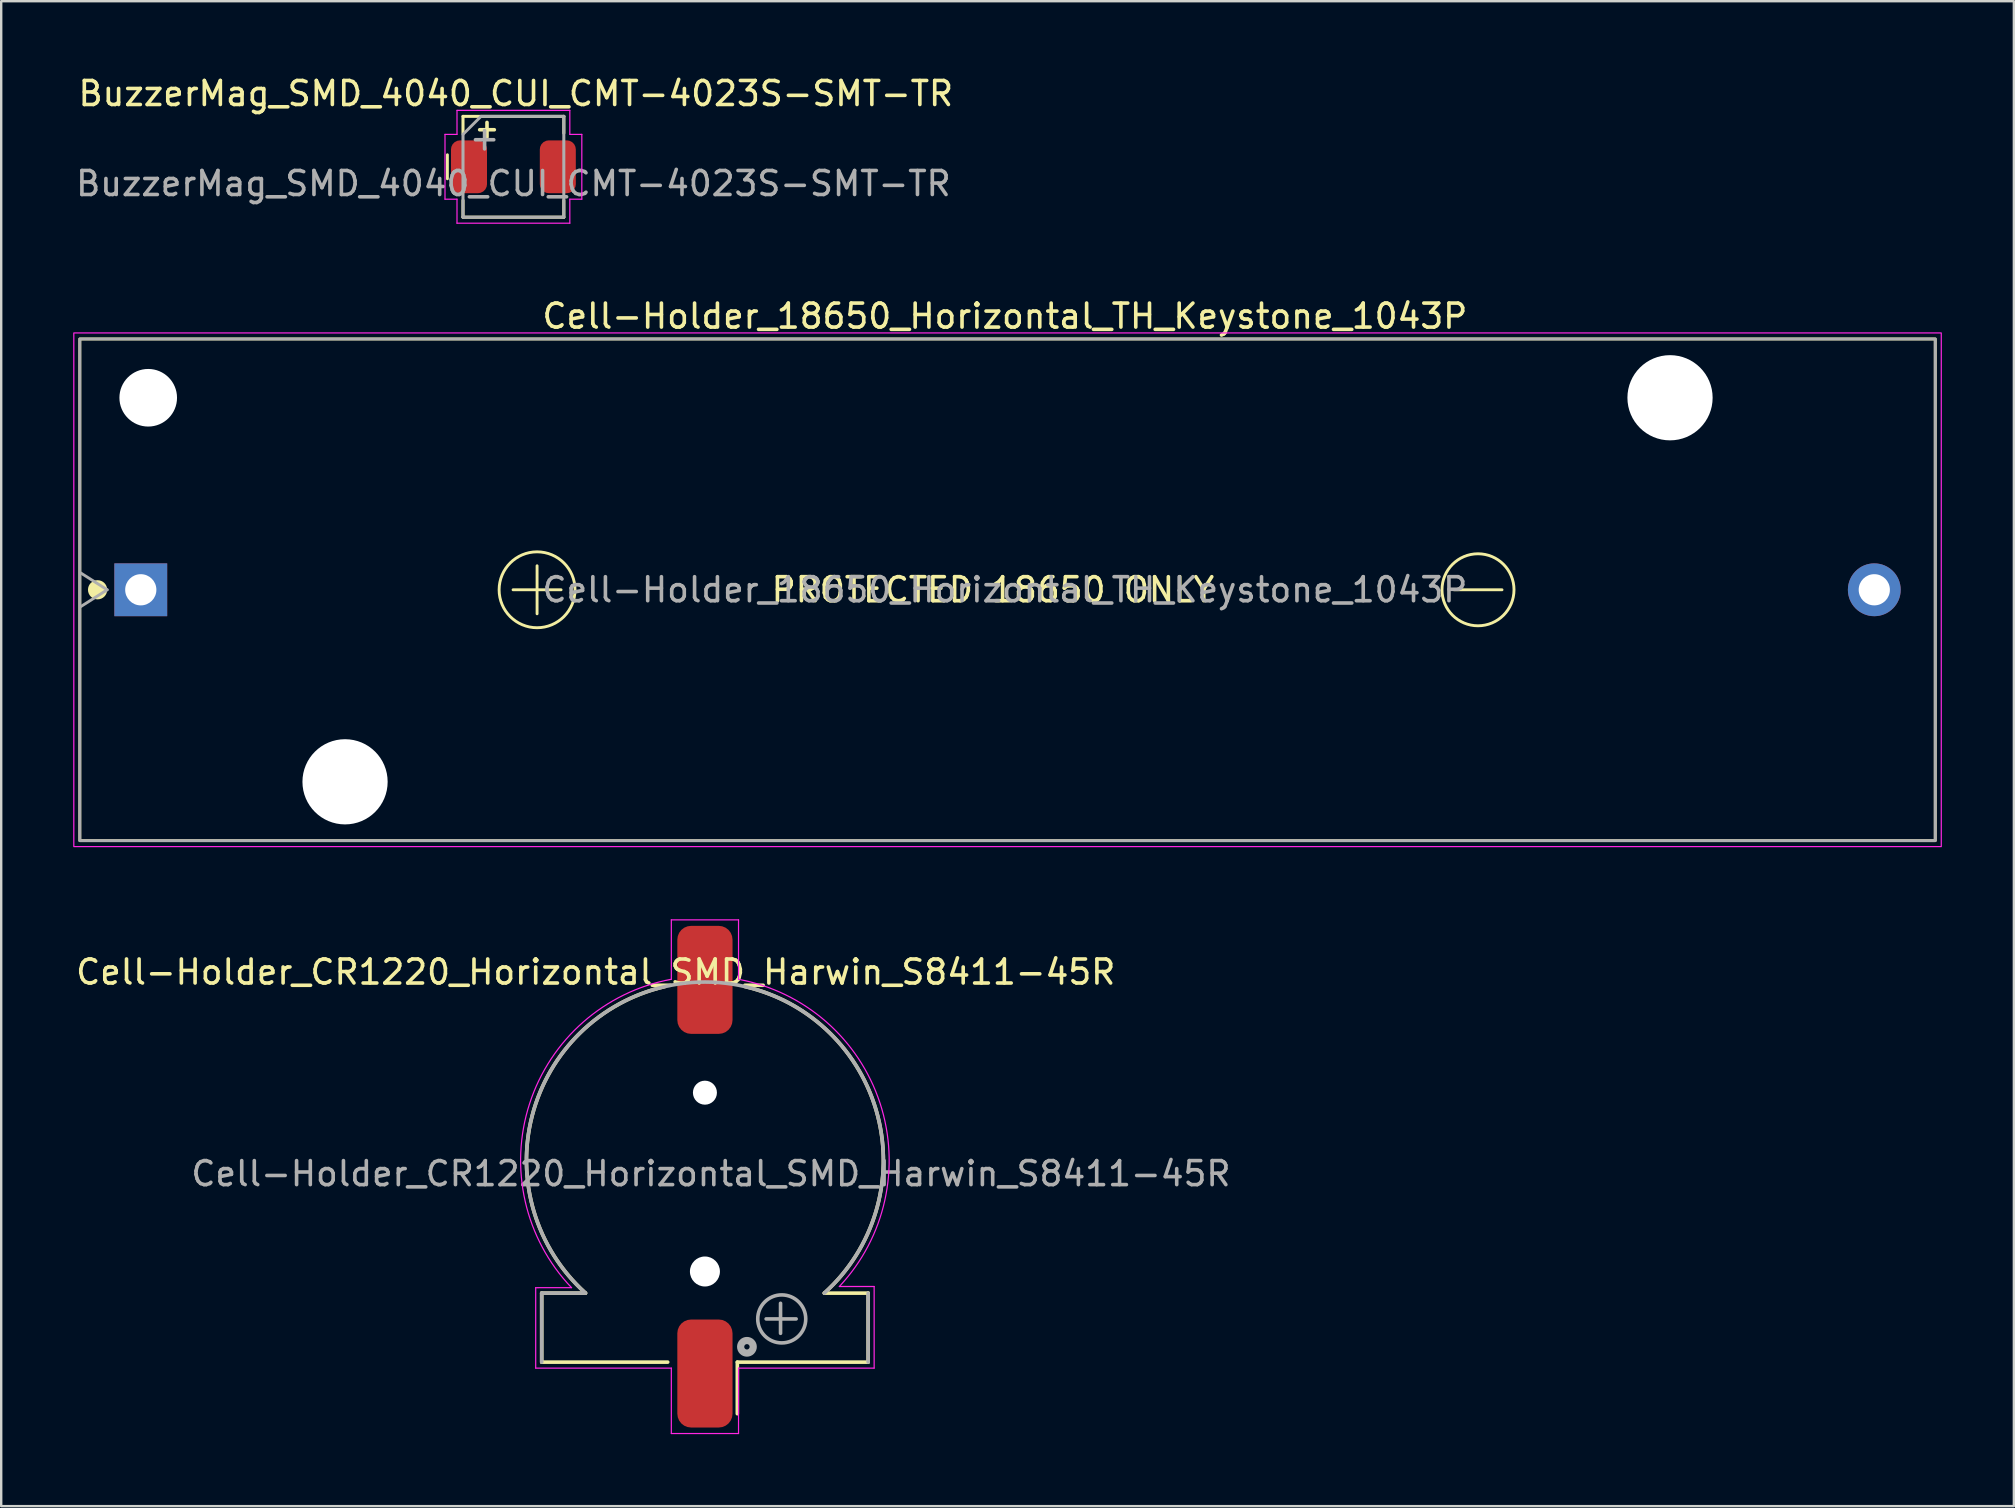
<source format=kicad_pcb>
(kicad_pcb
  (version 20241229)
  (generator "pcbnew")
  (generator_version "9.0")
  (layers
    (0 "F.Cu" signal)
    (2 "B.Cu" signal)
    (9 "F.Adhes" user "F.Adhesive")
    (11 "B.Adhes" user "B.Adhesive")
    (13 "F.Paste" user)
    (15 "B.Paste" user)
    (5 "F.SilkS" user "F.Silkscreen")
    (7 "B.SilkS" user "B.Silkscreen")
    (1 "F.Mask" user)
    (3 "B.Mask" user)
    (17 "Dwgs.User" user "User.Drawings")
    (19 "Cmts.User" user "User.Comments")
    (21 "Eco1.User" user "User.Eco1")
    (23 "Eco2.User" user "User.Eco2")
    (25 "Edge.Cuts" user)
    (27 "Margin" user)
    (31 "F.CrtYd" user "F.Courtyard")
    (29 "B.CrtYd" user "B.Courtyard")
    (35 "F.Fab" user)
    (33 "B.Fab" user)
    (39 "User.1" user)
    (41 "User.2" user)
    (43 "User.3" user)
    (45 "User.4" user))
  (footprint "BuzzerMag_SMD_4040_CUI_CMT-4023S-SMT-TR"
    (layer "F.Cu")
    (at 18.339 3.898)
    (property "Reference" "BuzzerMag_SMD_4040_CUI_CMT-4023S-SMT-TR" (at 0.1 -3.05 0) (unlocked yes) (layer "F.SilkS") (effects (font (size 1 1) (thickness 0.15))))
    (attr smd)
    (fp_line (start -2.75 0.5) (end -2.75 -0.5) (stroke (width 0.12) (type solid)) (layer "F.SilkS"))
    (fp_line (start -2.1 -2.1) (end 2.1 -2.1) (stroke (width 0.127) (type solid)) (layer "F.SilkS"))
    (fp_line (start -2.1 -1.4) (end -2.1 -2.1) (stroke (width 0.127) (type solid)) (layer "F.SilkS"))
    (fp_line (start -2.1 2.1) (end -2.1 1.4) (stroke (width 0.127) (type solid)) (layer "F.SilkS"))
    (fp_line (start 2.1 -1.4) (end 2.1 -2.1) (stroke (width 0.127) (type solid)) (layer "F.SilkS"))
    (fp_line (start 2.1 2.1) (end -2.1 2.1) (stroke (width 0.127) (type solid)) (layer "F.SilkS"))
    (fp_line (start 2.1 2.1) (end 2.1 1.4) (stroke (width 0.127) (type solid)) (layer "F.SilkS"))
    (fp_line (start -2.85 -1.35) (end -2.85 1.35) (stroke (width 0.05) (type solid)) (layer "F.CrtYd"))
    (fp_line (start -2.85 -1.35) (end -2.35 -1.35) (stroke (width 0.05) (type solid)) (layer "F.CrtYd"))
    (fp_line (start -2.85 1.35) (end -2.35 1.35) (stroke (width 0.05) (type solid)) (layer "F.CrtYd"))
    (fp_line (start -2.35 -1.35) (end -2.35 -2.35) (stroke (width 0.05) (type solid)) (layer "F.CrtYd"))
    (fp_line (start -2.35 1.35) (end -2.35 2.35) (stroke (width 0.05) (type solid)) (layer "F.CrtYd"))
    (fp_line (start -2.35 2.35) (end 2.35 2.35) (stroke (width 0.05) (type solid)) (layer "F.CrtYd"))
    (fp_line (start 2.35 -2.35) (end -2.35 -2.35) (stroke (width 0.05) (type solid)) (layer "F.CrtYd"))
    (fp_line (start 2.35 -1.35) (end 2.35 -2.35) (stroke (width 0.05) (type solid)) (layer "F.CrtYd"))
    (fp_line (start 2.35 1.35) (end 2.35 2.35) (stroke (width 0.05) (type solid)) (layer "F.CrtYd"))
    (fp_line (start 2.85 -1.35) (end 2.35 -1.35) (stroke (width 0.05) (type solid)) (layer "F.CrtYd"))
    (fp_line (start 2.85 1.35) (end 2.35 1.35) (stroke (width 0.05) (type solid)) (layer "F.CrtYd"))
    (fp_line (start 2.85 1.35) (end 2.85 -1.35) (stroke (width 0.05) (type solid)) (layer "F.CrtYd"))
    (fp_line (start -2.1 -1.35) (end -1.35 -2.1) (stroke (width 0.12) (type solid)) (layer "F.Fab"))
    (fp_line (start -2.1 2.1) (end -2.1 -1.35) (stroke (width 0.127) (type solid)) (layer "F.Fab"))
    (fp_line (start -1.35 -2.1) (end 2.1 -2.1) (stroke (width 0.127) (type solid)) (layer "F.Fab"))
    (fp_line (start 2.1 -2.1) (end 2.1 2.1) (stroke (width 0.127) (type solid)) (layer "F.Fab"))
    (fp_line (start 2.1 2.1) (end -2.1 2.1) (stroke (width 0.127) (type solid)) (layer "F.Fab"))
    (fp_text user "+" (at -1.1 -1.6 180) (layer "F.SilkS") (effects (font (size 0.8 0.8) (thickness 0.15))))
    (fp_text user "${REFERENCE}" (at 0 0.7 0) (layer "F.Fab") (effects (font (size 1 1) (thickness 0.15))))
    (fp_text user "+" (at -1.2 -1.2 180) (layer "F.Fab") (effects (font (size 1 1) (thickness 0.15))))
    (pad "1" smd roundrect (at -1.85 0 180) (size 1.5 2.2) (layers "F.Cu" "F.Mask" "F.Paste") (roundrect_rratio 0.25))
    (pad "2" smd roundrect (at 1.85 0 180) (size 1.5 2.2) (layers "F.Cu" "F.Mask" "F.Paste") (roundrect_rratio 0.25)))
  (footprint "Cell-Holder_CR1220_Horizontal_SMD_Harwin_S8411-45R"
    (layer "F.Cu")
    (at 26.318 46.197)
    (property "Reference" "Cell-Holder_CR1220_Horizontal_SMD_Harwin_S8411-45R" (at -4.55 -8.75 0) (unlocked yes) (layer "F.SilkS") (effects (font (size 1 1) (thickness 0.15))))
    (attr smd)
    (fp_line (start -6.8 4.625) (end -4.975 4.625) (stroke (width 0.15) (type solid)) (layer "F.SilkS"))
    (fp_line (start -6.8 7.5) (end -6.8 4.625) (stroke (width 0.15) (type solid)) (layer "F.SilkS"))
    (fp_line (start -6.8 7.5) (end -1.55 7.5) (stroke (width 0.15) (type solid)) (layer "F.SilkS"))
    (fp_line (start 1.35 7.5) (end 1.35 9.65) (stroke (width 0.15) (type solid)) (layer "F.SilkS"))
    (fp_line (start 6.8 4.625) (end 4.975 4.625) (stroke (width 0.15) (type solid)) (layer "F.SilkS"))
    (fp_line (start 6.8 4.625) (end 6.8 7.5) (stroke (width 0.15) (type solid)) (layer "F.SilkS"))
    (fp_line (start 6.8 7.5) (end 1.35 7.5) (stroke (width 0.15) (type solid)) (layer "F.SilkS"))
    (fp_arc (start -4.975 4.625) (mid -7.197934 -2.761718) (end -1.672272 -8.144291) (stroke (width 0.15) (type solid)) (layer "F.SilkS"))
    (fp_arc (start 1.672272 -8.144291) (mid 7.197934 -2.761718) (end 4.975 4.625) (stroke (width 0.15) (type solid)) (layer "F.SilkS"))
    (fp_line (start -7.05 7.75) (end -7.05 4.4) (stroke (width 0.05) (type solid)) (layer "F.CrtYd"))
    (fp_line (start -5.554 4.398) (end -7.05 4.4) (stroke (width 0.05) (type solid)) (layer "F.CrtYd"))
    (fp_line (start -1.4 -10.925) (end 1.4 -10.925) (stroke (width 0.05) (type solid)) (layer "F.CrtYd"))
    (fp_line (start -1.4 7.75) (end -7.05 7.75) (stroke (width 0.05) (type solid)) (layer "F.CrtYd"))
    (fp_line (start -1.4 10.475) (end -1.4 7.75) (stroke (width 0.05) (type solid)) (layer "F.CrtYd"))
    (fp_line (start -1.4 -8.45) (end -1.4 -10.925) (stroke (width 0.05) (type solid)) (layer "F.CrtYd"))
    (fp_line (start 1.4 -10.925) (end 1.4 -8.447) (stroke (width 0.05) (type solid)) (layer "F.CrtYd"))
    (fp_line (start 1.4 7.75) (end 1.4 10.475) (stroke (width 0.05) (type solid)) (layer "F.CrtYd"))
    (fp_line (start 1.4 10.475) (end -1.4 10.475) (stroke (width 0.05) (type solid)) (layer "F.CrtYd"))
    (fp_line (start 5.6 4.35) (end 7.05 4.35) (stroke (width 0.05) (type solid)) (layer "F.CrtYd"))
    (fp_line (start 7.05 4.35) (end 7.05 7.75) (stroke (width 0.05) (type solid)) (layer "F.CrtYd"))
    (fp_line (start 7.05 7.75) (end 1.4 7.75) (stroke (width 0.05) (type solid)) (layer "F.CrtYd"))
    (fp_arc (start -5.560233 4.395875) (mid -7.305158 -3.265831) (end -1.399999 -8.449999) (stroke (width 0.05) (type solid)) (layer "F.CrtYd"))
    (fp_arc (start 1.399525 -8.447437) (mid 7.293279 -3.293857) (end 5.599999 4.349999) (stroke (width 0.05) (type solid)) (layer "F.CrtYd"))
    (fp_line (start -6.8 4.625) (end -4.975 4.625) (stroke (width 0.15) (type solid)) (layer "F.Fab"))
    (fp_line (start -6.8 7.5) (end -6.8 4.625) (stroke (width 0.15) (type solid)) (layer "F.Fab"))
    (fp_line (start 2.55 5.7) (end 3.8 5.7) (stroke (width 0.15) (type solid)) (layer "F.Fab"))
    (fp_line (start 3.15 6.3) (end 3.15 5.05) (stroke (width 0.15) (type solid)) (layer "F.Fab"))
    (fp_line (start 6.8 4.625) (end 6.8 7.5) (stroke (width 0.15) (type solid)) (layer "F.Fab"))
    (fp_arc (start -4.98434 4.616575) (mid 0.006289 -8.334797) (end 4.975 4.625) (stroke (width 0.15) (type solid)) (layer "F.Fab"))
    (fp_circle (center 1.75 6.862) (end 1.862 6.862) (stroke (width 0.3) (type solid)) (fill no) (layer "F.Fab"))
    (fp_circle (center 3.2 5.7) (end 4.2 5.7) (stroke (width 0.15) (type solid)) (fill no) (layer "F.Fab"))
    (fp_text user "${REFERENCE}" (at 0.25 -0.35 0) (layer "F.Fab") (effects (font (size 1 1) (thickness 0.15))))
    (pad "" np_thru_hole circle (at 0 -3.725) (size 1 1) (drill 1) (layers "*.Cu" "*.Mask"))
    (pad "" np_thru_hole circle (at 0 3.725) (size 1.25 1.25) (drill 1.25) (layers "*.Cu" "*.Mask"))
    (pad "1" smd roundrect (at 0 7.975) (size 2.3 4.5) (layers "F.Cu" "F.Mask" "F.Paste") (roundrect_rratio 0.25))
    (pad "2" smd roundrect (at 0 -8.425) (size 2.3 4.5) (layers "F.Cu" "F.Mask" "F.Paste") (roundrect_rratio 0.25)))
  (footprint "Cell-Holder_18650_Horizontal_TH_Keystone_1043P"
    (layer "F.Cu")
    (at 2.815 21.521)
    (property "Reference" "Cell-Holder_18650_Horizontal_TH_Keystone_1043P" (at 36 -11.4 0) (unlocked yes) (layer "F.SilkS") (effects (font (size 1 1) (thickness 0.15))))
    (attr through_hole)
    (fp_line (start 15.51 0) (end 17.51 0) (stroke (width 0.12) (type solid)) (layer "F.SilkS"))
    (fp_line (start 16.51 -1) (end 16.51 1) (stroke (width 0.12) (type solid)) (layer "F.SilkS"))
    (fp_line (start 54.71 0) (end 56.71 0) (stroke (width 0.12) (type solid)) (layer "F.SilkS"))
    (fp_rect (start -2.54 10.45) (end 74.76 -10.45) (stroke (width 0.12) (type default)) (fill no) (layer "F.SilkS"))
    (fp_circle (center -1.8 0) (end -1.6 0) (stroke (width 0.4) (type solid)) (fill no) (layer "F.SilkS"))
    (fp_circle (center 16.51 0) (end 17.01 -1.5) (stroke (width 0.12) (type solid)) (fill no) (layer "F.SilkS"))
    (fp_circle (center 55.71 0) (end 55.71 -1.5) (stroke (width 0.12) (type solid)) (fill no) (layer "F.SilkS"))
    (fp_rect (start -2.79 10.7) (end 75.01 -10.7) (stroke (width 0.05) (type default)) (fill no) (layer "F.CrtYd"))
    (fp_line (start -2.5 -0.7) (end -1.4 0) (stroke (width 0.12) (type default)) (layer "F.Fab"))
    (fp_line (start -1.4 0) (end -2.5 0.7) (stroke (width 0.12) (type default)) (layer "F.Fab"))
    (fp_rect (start -2.54 10.45) (end 74.76 -10.45) (stroke (width 0.12) (type default)) (fill no) (layer "F.Fab"))
    (fp_text user "PROTECTED 18650 ONLY" (at 35.5 0 0) (layer "F.SilkS") (effects (font (size 1 1) (thickness 0.15))))
    (fp_text user "${REFERENCE}" (at 36 0 0) (layer "F.Fab") (effects (font (size 1 1) (thickness 0.15))))
    (pad "" np_thru_hole circle (at 0.31 -8) (size 2.4 2.4) (drill 2.4) (layers "*.Cu" "*.Mask"))
    (pad "" np_thru_hole circle (at 8.51 8) (size 3.55 3.55) (drill 3.55) (layers "*.Cu" "*.Mask"))
    (pad "" np_thru_hole circle (at 63.71 -8) (size 3.55 3.55) (drill 3.55) (layers "*.Cu" "*.Mask"))
    (pad "1" thru_hole rect (at 0 0) (size 2.2 2.2) (drill 1.3) (layers "*.Cu" "*.Mask"))
    (pad "2" thru_hole circle (at 72.22 0) (size 2.2 2.2) (drill 1.3) (layers "*.Cu" "*.Mask")))
  (gr_rect
    (start -3 -3)
    (end 80.85 59.697)
    (stroke (width 0.1) (type default))
    (fill no)
    (layer "Edge.Cuts")))
</source>
